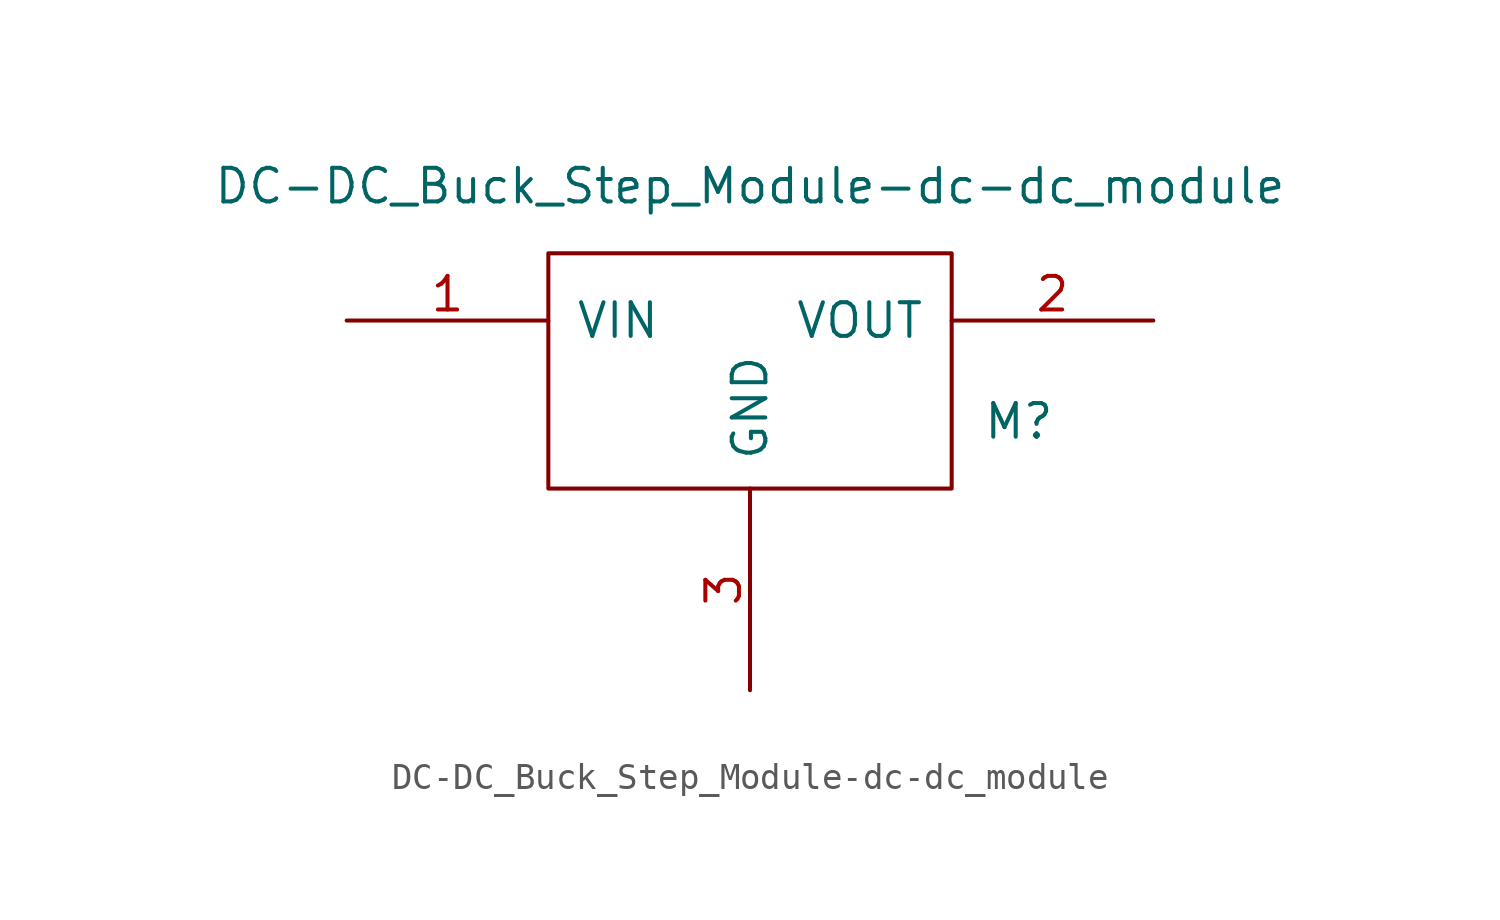
<source format=kicad_sym>
(kicad_symbol_lib
  (version 20211014)
  (generator kicad_symbol_editor)
  (symbol "DC-DC_Buck_Step_Module-dc-dc_module"
    (pin_names
      (offset 1.016))
    (property "Reference" "M"
      (at 10.16 -2.54 0)
      (effects (font (size 1.27 1.27))))
    (property "Value" "DC-DC_Buck_Step_Module-dc-dc_module"
      (at 0 6.35 0)
      (effects (font (size 1.27 1.27))))
    (symbol "DC-DC_Buck_Step_Module-dc-dc_module_0_1"
      (rectangle (start -7.62 3.81) (end 7.62 -5.08) (stroke (width 0) (type default) (color 0 0 0 0)) (fill (type none))))
    (symbol "DC-DC_Buck_Step_Module-dc-dc_module_1_1"
      (pin power_in line (at -15.24 1.27 0) (length 7.62) (name "VIN" (effects (font (size 1.27 1.27)))) (number "1" (effects (font (size 1.27 1.27)))))
      (pin power_out line (at 15.24 1.27 180) (length 7.62) (name "VOUT" (effects (font (size 1.27 1.27)))) (number "2" (effects (font (size 1.27 1.27)))))
      (pin bidirectional line (at 0 -12.7 90) (length 7.62) (name "GND" (effects (font (size 1.27 1.27)))) (number "3" (effects (font (size 1.27 1.27))))))))
</source>
